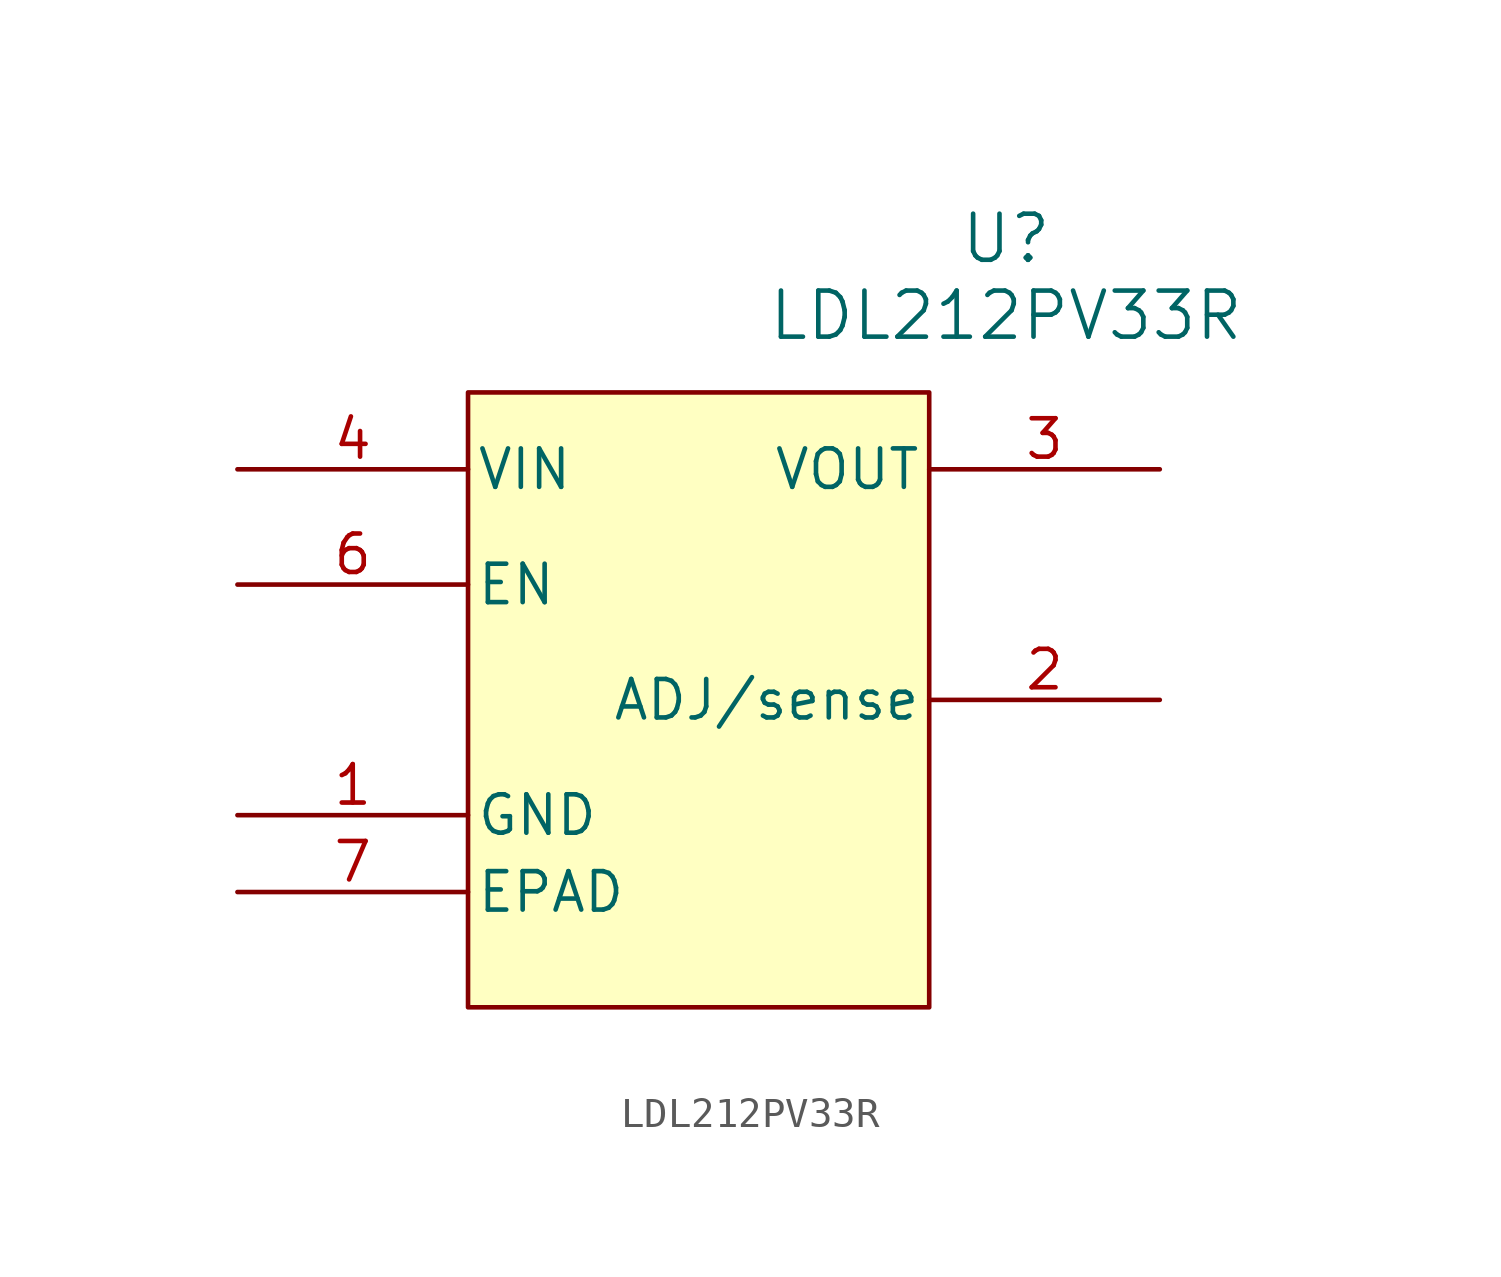
<source format=kicad_sym>
(kicad_symbol_lib
  (version 20231120)
  (generator "kicad_symbol_editor")
  (generator_version "8.0")
  (symbol "LDL212PV33R"
    (pin_names
      (offset 0.254))
    (property "Reference" "U"
      (at 17.78 11.43 0)
      (effects (font (size 1.524 1.524))))
    (property "Value" "LDL212PV33R"
      (at 17.78 8.89 0)
      (effects (font (size 1.524 1.524))))
    (symbol "LDL212PV33R_1_1"
      (rectangle (start 0 6.35) (end 15.24 -13.97) (stroke (width 0) (type default)) (fill (type background)))
      (pin power_in line (at -7.62 -7.62 0) (length 7.62) (name "GND" (effects (font (size 1.27 1.27)))) (number "1" (effects (font (size 1.27 1.27)))))
      (pin input line (at 22.86 -3.81 180) (length 7.62) (name "ADJ/sense" (effects (font (size 1.27 1.27)))) (number "2" (effects (font (size 1.27 1.27)))))
      (pin power_out line (at 22.86 3.81 180) (length 7.62) (name "VOUT" (effects (font (size 1.27 1.27)))) (number "3" (effects (font (size 1.27 1.27)))))
      (pin power_in line (at -7.62 3.81 0) (length 7.62) (name "VIN" (effects (font (size 1.27 1.27)))) (number "4" (effects (font (size 1.27 1.27)))))
      (pin no_connect line (at 26.67 -10.16 180) (length 7.62) hide (name "NC" (effects (font (size 1.27 1.27)))) (number "5" (effects (font (size 1.27 1.27)))))
      (pin input line (at -7.62 0 0) (length 7.62) (name "EN" (effects (font (size 1.27 1.27)))) (number "6" (effects (font (size 1.27 1.27)))))
      (pin power_in line (at -7.62 -10.16 0) (length 7.62) (name "EPAD" (effects (font (size 1.27 1.27)))) (number "7" (effects (font (size 1.27 1.27))))))))
</source>
